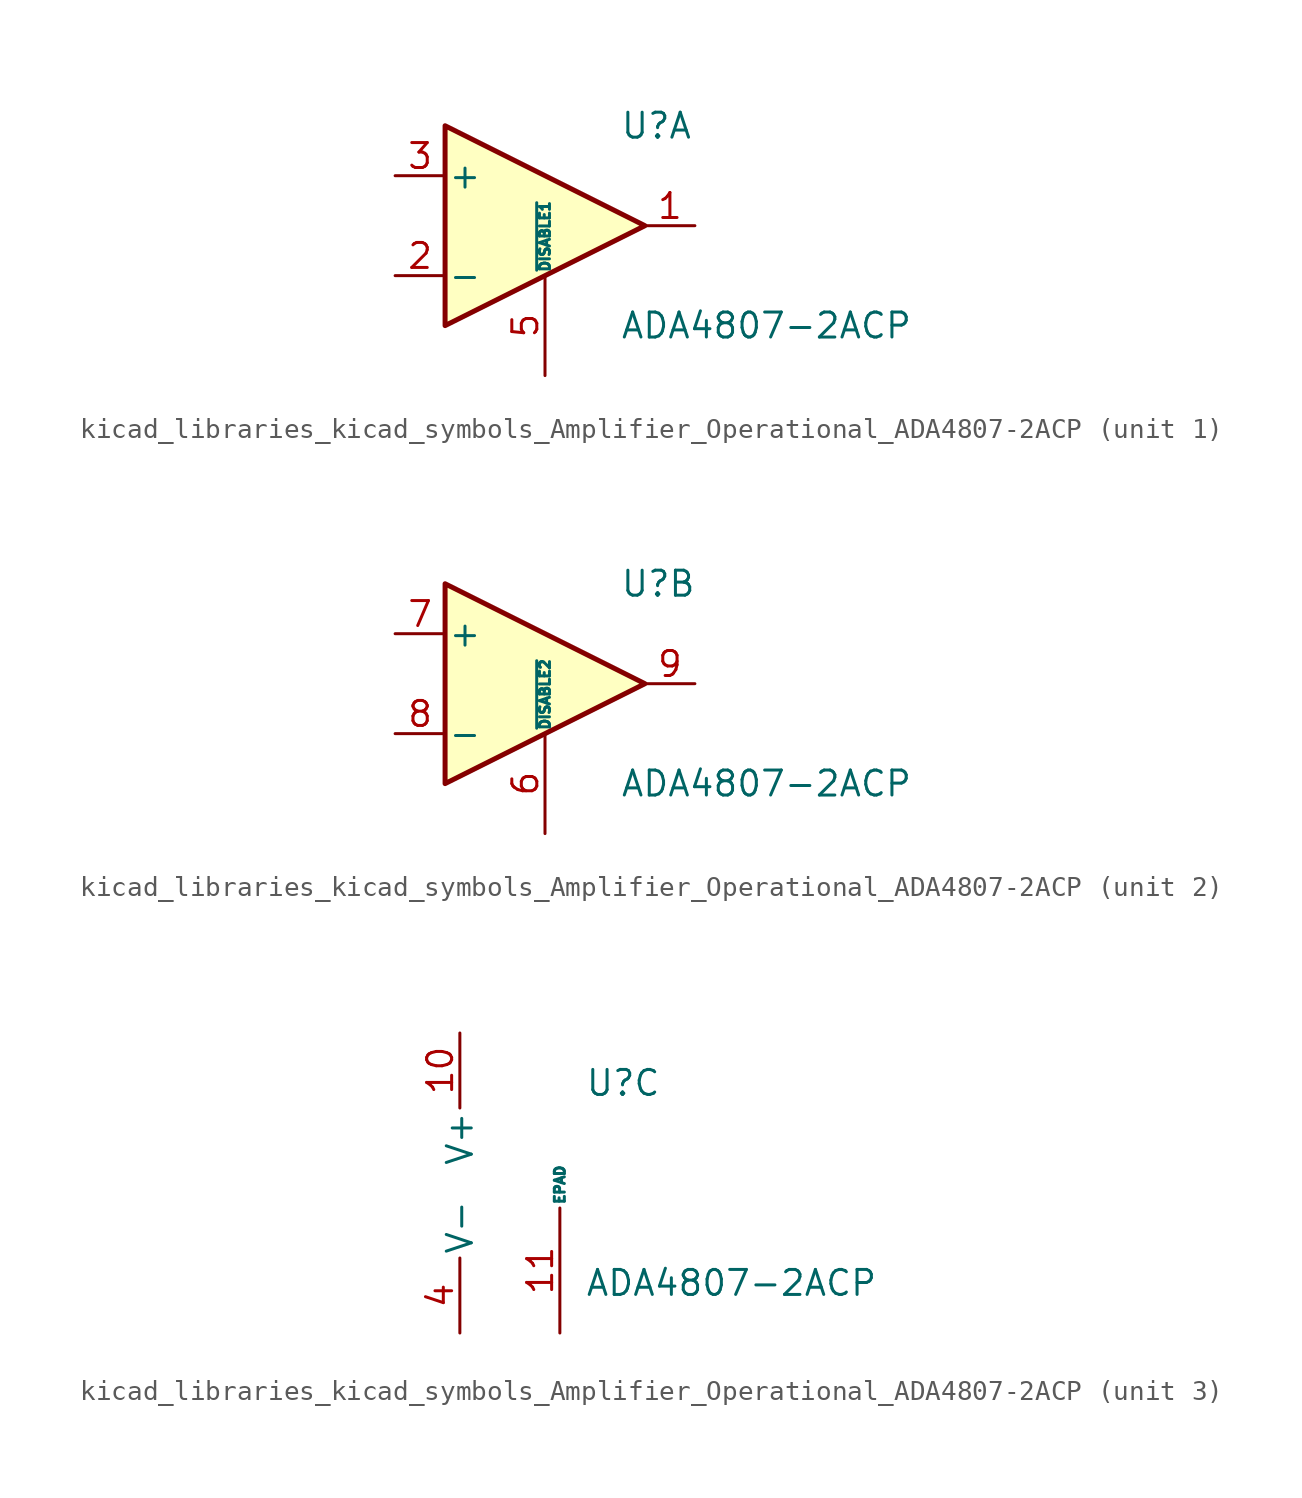
<source format=kicad_sym>
(kicad_symbol_lib
  (version 20220914)
  (generator kicad_symbol_editor)
  (symbol "kicad_libraries_kicad_symbols_Amplifier_Operational_ADA4807-2ACP"
    (pin_names
      (offset 0.127))
    (property "Reference" "U"
      (at 3.81 5.08 0)
      (effects (font (size 1.27 1.27)) (justify left)))
    (property "Value" "ADA4807-2ACP"
      (at 3.81 -5.08 0)
      (effects (font (size 1.27 1.27)) (justify left)))
    (property "ki_locked" ""
      (at 0 0 0)
      (effects (font (size 1.27 1.27))))
    (symbol "kicad_libraries_kicad_symbols_Amplifier_Operational_ADA4807-2ACP_1_1"
      (polyline (pts (xy -5.08 5.08) (xy 5.08 0) (xy -5.08 -5.08) (xy -5.08 5.08)) (stroke (width 0.254) (type default)) (fill (type background)))
      (pin output line (at 7.62 0 180) (length 2.54) (name "~" (effects (font (size 1.27 1.27)))) (number "1" (effects (font (size 1.27 1.27)))))
      (pin input line (at -7.62 -2.54 0) (length 2.54) (name "-" (effects (font (size 1.27 1.27)))) (number "2" (effects (font (size 1.27 1.27)))))
      (pin input line (at -7.62 2.54 0) (length 2.54) (name "+" (effects (font (size 1.27 1.27)))) (number "3" (effects (font (size 1.27 1.27)))))
      (pin input line (at 0 -7.62 90) (length 5.08) (name "~{DISABLE1}" (effects (font (size 0.508 0.508)))) (number "5" (effects (font (size 1.27 1.27))))))
    (symbol "kicad_libraries_kicad_symbols_Amplifier_Operational_ADA4807-2ACP_2_1"
      (polyline (pts (xy -5.08 5.08) (xy 5.08 0) (xy -5.08 -5.08) (xy -5.08 5.08)) (stroke (width 0.254) (type default)) (fill (type background)))
      (pin input line (at 0 -7.62 90) (length 5.08) (name "~{DISABLE2}" (effects (font (size 0.508 0.508)))) (number "6" (effects (font (size 1.27 1.27)))))
      (pin input line (at -7.62 2.54 0) (length 2.54) (name "+" (effects (font (size 1.27 1.27)))) (number "7" (effects (font (size 1.27 1.27)))))
      (pin input line (at -7.62 -2.54 0) (length 2.54) (name "-" (effects (font (size 1.27 1.27)))) (number "8" (effects (font (size 1.27 1.27)))))
      (pin output line (at 7.62 0 180) (length 2.54) (name "~" (effects (font (size 1.27 1.27)))) (number "9" (effects (font (size 1.27 1.27))))))
    (symbol "kicad_libraries_kicad_symbols_Amplifier_Operational_ADA4807-2ACP_3_1"
      (pin power_in line (at -2.54 7.62 270) (length 3.81) (name "V+" (effects (font (size 1.27 1.27)))) (number "10" (effects (font (size 1.27 1.27)))))
      (pin power_in line (at 2.54 -7.62 90) (length 6.35) (name "EPAD" (effects (font (size 0.508 0.508)))) (number "11" (effects (font (size 1.27 1.27)))))
      (pin power_in line (at -2.54 -7.62 90) (length 3.81) (name "V-" (effects (font (size 1.27 1.27)))) (number "4" (effects (font (size 1.27 1.27))))))))
</source>
